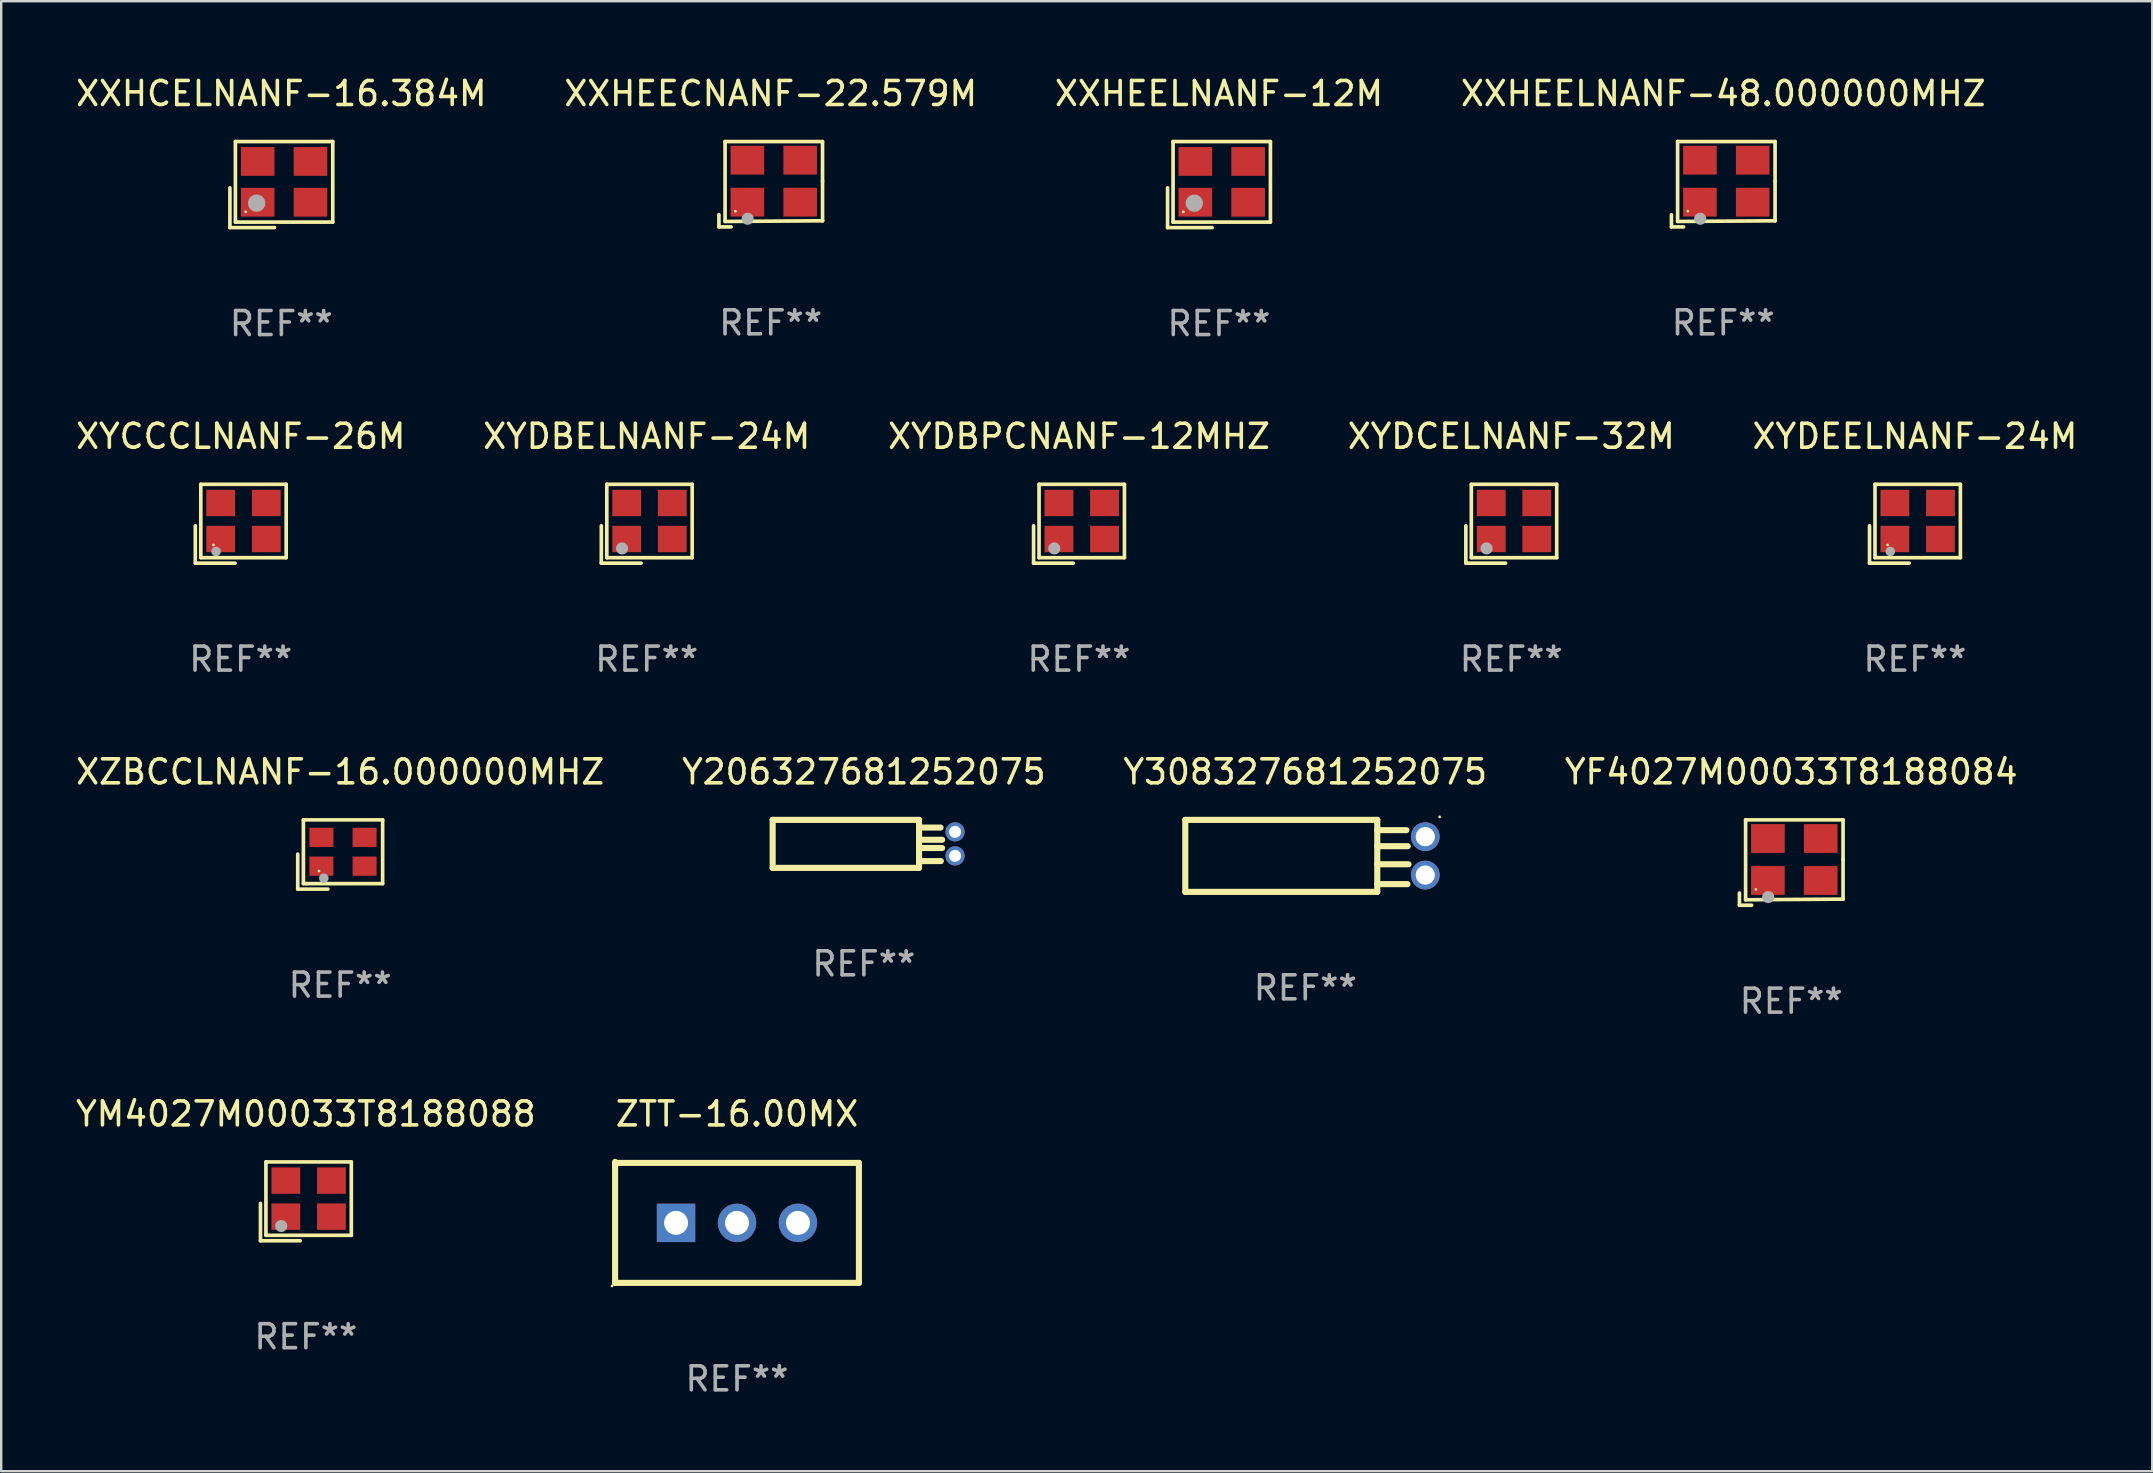
<source format=kicad_pcb>
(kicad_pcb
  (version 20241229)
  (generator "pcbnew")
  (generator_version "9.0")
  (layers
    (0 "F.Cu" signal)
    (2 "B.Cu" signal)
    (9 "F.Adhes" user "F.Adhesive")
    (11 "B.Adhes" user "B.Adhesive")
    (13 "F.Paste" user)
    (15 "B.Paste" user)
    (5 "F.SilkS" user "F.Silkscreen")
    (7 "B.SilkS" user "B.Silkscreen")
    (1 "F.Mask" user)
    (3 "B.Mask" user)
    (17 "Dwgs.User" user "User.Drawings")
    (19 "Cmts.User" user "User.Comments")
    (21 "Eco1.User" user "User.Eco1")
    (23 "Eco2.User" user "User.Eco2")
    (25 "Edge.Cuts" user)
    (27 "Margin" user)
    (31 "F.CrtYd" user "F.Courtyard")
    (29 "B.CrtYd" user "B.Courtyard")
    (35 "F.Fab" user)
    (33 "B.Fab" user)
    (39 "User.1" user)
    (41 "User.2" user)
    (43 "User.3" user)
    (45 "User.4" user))
  (footprint "YM4027M00033T8188088"
    (layer "F.Cu")
    (at 9.696 47.009)
    (property "Reference" "YM4027M00033T8188088" (at 0 -3.643 0) (layer "F.SilkS") (effects (font (size 1 1) (thickness 0.15))))
    (attr through_hole)
    (fp_line (start -1.893 0.086) (end -1.893 1.643) (stroke (width 0.152) (type solid)) (layer "F.SilkS"))
    (fp_line (start -1.893 1.643) (end -0.237 1.643) (stroke (width 0.152) (type solid)) (layer "F.SilkS"))
    (fp_line (start -1.665 -1.643) (end 1.893 -1.643) (stroke (width 0.152) (type solid)) (layer "F.SilkS"))
    (fp_line (start -1.665 1.414) (end -1.665 -1.643) (stroke (width 0.152) (type solid)) (layer "F.SilkS"))
    (fp_line (start 1.893 -1.643) (end 1.893 1.414) (stroke (width 0.152) (type solid)) (layer "F.SilkS"))
    (fp_line (start 1.893 1.414) (end -1.665 1.414) (stroke (width 0.152) (type solid)) (layer "F.SilkS"))
    (fp_circle (center -1.136 0.885) (end -1.106 0.885) (stroke (width 0.06) (type solid)) (fill no) (layer "F.SilkS"))
    (fp_circle (center -1.029 1.028) (end -0.902 1.028) (stroke (width 0.254) (type solid)) (fill no) (layer "F.Fab"))
    (fp_text user "REF**" (at 0 5.643 0) (layer "F.Fab") (effects (font (size 1 1) (thickness 0.15))))
    (pad "1" smd rect (at -0.836 0.636) (size 1.2 1.1) (layers "F.Cu" "F.Mask" "F.Paste"))
    (pad "2" smd rect (at 1.064 0.636) (size 1.2 1.1) (layers "F.Cu" "F.Mask" "F.Paste"))
    (pad "3" smd rect (at 1.064 -0.865) (size 1.2 1.1) (layers "F.Cu" "F.Mask" "F.Paste"))
    (pad "4" smd rect (at -0.836 -0.865) (size 1.2 1.1) (layers "F.Cu" "F.Mask" "F.Paste")))
  (footprint "XXHEECNANF-22.579M"
    (layer "F.Cu")
    (at 29.065 4.626)
    (property "Reference" "XXHEECNANF-22.579M" (at 0 -3.778 0) (layer "F.SilkS") (effects (font (size 1 1) (thickness 0.15))))
    (attr through_hole)
    (fp_line (start -2.159 1.27) (end -2.159 1.778) (stroke (width 0.152) (type solid)) (layer "F.SilkS"))
    (fp_line (start -2.159 1.778) (end -1.651 1.778) (stroke (width 0.152) (type solid)) (layer "F.SilkS"))
    (fp_line (start -1.902 -1.778) (end 2.159 -1.778) (stroke (width 0.152) (type solid)) (layer "F.SilkS"))
    (fp_line (start -1.902 1.552) (end -1.902 -1.778) (stroke (width 0.152) (type solid)) (layer "F.SilkS"))
    (fp_line (start 2.159 -1.778) (end 2.159 -0.127) (stroke (width 0.152) (type solid)) (layer "F.SilkS"))
    (fp_line (start 2.159 -0.127) (end 2.159 1.524) (stroke (width 0.152) (type solid)) (layer "F.SilkS"))
    (fp_line (start 2.159 1.524) (end -1.902 1.552) (stroke (width 0.152) (type solid)) (layer "F.SilkS"))
    (fp_line (start 2.159 1.524) (end 2.159 1.524) (stroke (width 0.152) (type solid)) (layer "F.SilkS"))
    (fp_circle (center -1.473 1.123) (end -1.443 1.123) (stroke (width 0.06) (type solid)) (fill no) (layer "F.SilkS"))
    (fp_circle (center -0.961 1.44) (end -0.834 1.44) (stroke (width 0.254) (type solid)) (fill no) (layer "F.Fab"))
    (fp_text user "REF**" (at 0 5.778 0) (layer "F.Fab") (effects (font (size 1 1) (thickness 0.15))))
    (pad "1" smd rect (at -0.973 0.748) (size 1.4 1.2) (layers "F.Cu" "F.Mask" "F.Paste"))
    (pad "2" smd rect (at 1.227 0.748) (size 1.4 1.2) (layers "F.Cu" "F.Mask" "F.Paste"))
    (pad "3" smd rect (at 1.227 -1.002) (size 1.4 1.2) (layers "F.Cu" "F.Mask" "F.Paste"))
    (pad "4" smd rect (at -0.973 -1.002) (size 1.4 1.2) (layers "F.Cu" "F.Mask" "F.Paste")))
  (footprint "XYCCCLNANF-26M"
    (layer "F.Cu")
    (at 6.982 18.774)
    (property "Reference" "XYCCCLNANF-26M" (at 0 -3.643 0) (layer "F.SilkS") (effects (font (size 1 1) (thickness 0.15))))
    (attr through_hole)
    (fp_line (start -1.893 0.086) (end -1.893 1.643) (stroke (width 0.152) (type solid)) (layer "F.SilkS"))
    (fp_line (start -1.893 1.643) (end -0.237 1.643) (stroke (width 0.152) (type solid)) (layer "F.SilkS"))
    (fp_line (start -1.665 -1.643) (end 1.893 -1.643) (stroke (width 0.152) (type solid)) (layer "F.SilkS"))
    (fp_line (start -1.665 1.414) (end -1.665 -1.643) (stroke (width 0.152) (type solid)) (layer "F.SilkS"))
    (fp_line (start 1.893 -1.643) (end 1.893 1.414) (stroke (width 0.152) (type solid)) (layer "F.SilkS"))
    (fp_line (start 1.893 1.414) (end -1.665 1.414) (stroke (width 0.152) (type solid)) (layer "F.SilkS"))
    (fp_circle (center -1.136 0.885) (end -1.106 0.885) (stroke (width 0.06) (type solid)) (fill no) (layer "F.SilkS"))
    (fp_circle (center -1.029 1.155) (end -0.929 1.155) (stroke (width 0.2) (type solid)) (fill no) (layer "F.Fab"))
    (fp_text user "REF**" (at 0 5.643 0) (layer "F.Fab") (effects (font (size 1 1) (thickness 0.15))))
    (pad "1" smd rect (at -0.836 0.636) (size 1.2 1.1) (layers "F.Cu" "F.Mask" "F.Paste"))
    (pad "2" smd rect (at 1.064 0.636) (size 1.2 1.1) (layers "F.Cu" "F.Mask" "F.Paste"))
    (pad "3" smd rect (at 1.064 -0.865) (size 1.2 1.1) (layers "F.Cu" "F.Mask" "F.Paste"))
    (pad "4" smd rect (at -0.836 -0.865) (size 1.2 1.1) (layers "F.Cu" "F.Mask" "F.Paste")))
  (footprint "Y308327681252075"
    (layer "F.Cu")
    (at 51.339 32.613)
    (property "Reference" "Y308327681252075" (at 0 -3.5 0) (layer "F.SilkS") (effects (font (size 1 1) (thickness 0.15))))
    (attr through_hole)
    (fp_line (start -5 -1.5) (end -5 1.5) (stroke (width 0.254) (type solid)) (layer "F.SilkS"))
    (fp_line (start 3 -1.5) (end -5 -1.5) (stroke (width 0.254) (type solid)) (layer "F.SilkS"))
    (fp_line (start 3 -1.5) (end 3 1.5) (stroke (width 0.254) (type solid)) (layer "F.SilkS"))
    (fp_line (start 3 -1.071) (end 4.214 -1.071) (stroke (width 0.254) (type solid)) (layer "F.SilkS"))
    (fp_line (start 3 -0.403) (end 4.27 -0.403) (stroke (width 0.254) (type solid)) (layer "F.SilkS"))
    (fp_line (start 3 0.35) (end 4.302 0.35) (stroke (width 0.254) (type solid)) (layer "F.SilkS"))
    (fp_line (start 3 1.178) (end 4.26 1.178) (stroke (width 0.254) (type solid)) (layer "F.SilkS"))
    (fp_line (start 3 1.5) (end -5 1.5) (stroke (width 0.254) (type solid)) (layer "F.SilkS"))
    (fp_circle (center 5.6 -1.627) (end 5.63 -1.627) (stroke (width 0.06) (type solid)) (fill no) (layer "F.SilkS"))
    (fp_text user "REF**" (at 0 5.5 0) (layer "F.Fab") (effects (font (size 1 1) (thickness 0.15))))
    (pad "1" thru_hole circle (at 5 -0.8) (size 1.2 1.2) (drill 0.8) (layers "*.Cu" "*.Mask"))
    (pad "2" thru_hole circle (at 5 0.8) (size 1.2 1.2) (drill 0.8) (layers "*.Cu" "*.Mask")))
  (footprint "XXHEELNANF-48.000000MHZ"
    (layer "F.Cu")
    (at 68.756 4.626)
    (property "Reference" "XXHEELNANF-48.000000MHZ" (at 0 -3.778 0) (layer "F.SilkS") (effects (font (size 1 1) (thickness 0.15))))
    (attr through_hole)
    (fp_line (start -2.159 1.27) (end -2.159 1.778) (stroke (width 0.152) (type solid)) (layer "F.SilkS"))
    (fp_line (start -2.159 1.778) (end -1.651 1.778) (stroke (width 0.152) (type solid)) (layer "F.SilkS"))
    (fp_line (start -1.902 -1.778) (end 2.159 -1.778) (stroke (width 0.152) (type solid)) (layer "F.SilkS"))
    (fp_line (start -1.902 1.552) (end -1.902 -1.778) (stroke (width 0.152) (type solid)) (layer "F.SilkS"))
    (fp_line (start 2.159 -1.778) (end 2.159 -0.127) (stroke (width 0.152) (type solid)) (layer "F.SilkS"))
    (fp_line (start 2.159 -0.127) (end 2.159 1.524) (stroke (width 0.152) (type solid)) (layer "F.SilkS"))
    (fp_line (start 2.159 1.524) (end -1.902 1.552) (stroke (width 0.152) (type solid)) (layer "F.SilkS"))
    (fp_line (start 2.159 1.524) (end 2.159 1.524) (stroke (width 0.152) (type solid)) (layer "F.SilkS"))
    (fp_circle (center -1.473 1.123) (end -1.443 1.123) (stroke (width 0.06) (type solid)) (fill no) (layer "F.SilkS"))
    (fp_circle (center -0.961 1.44) (end -0.834 1.44) (stroke (width 0.254) (type solid)) (fill no) (layer "F.Fab"))
    (fp_text user "REF**" (at 0 5.778 0) (layer "F.Fab") (effects (font (size 1 1) (thickness 0.15))))
    (pad "1" smd rect (at -0.973 0.748) (size 1.4 1.2) (layers "F.Cu" "F.Mask" "F.Paste"))
    (pad "2" smd rect (at 1.227 0.748) (size 1.4 1.2) (layers "F.Cu" "F.Mask" "F.Paste"))
    (pad "3" smd rect (at 1.227 -1.002) (size 1.4 1.2) (layers "F.Cu" "F.Mask" "F.Paste"))
    (pad "4" smd rect (at -0.973 -1.002) (size 1.4 1.2) (layers "F.Cu" "F.Mask" "F.Paste")))
  (footprint "XXHCELNANF-16.384M"
    (layer "F.Cu")
    (at 8.673 4.641)
    (property "Reference" "XXHCELNANF-16.384M" (at 0 -3.793 0) (layer "F.SilkS") (effects (font (size 1 1) (thickness 0.15))))
    (attr through_hole)
    (fp_line (start -2.143 0.136) (end -2.143 1.793) (stroke (width 0.152) (type solid)) (layer "F.SilkS"))
    (fp_line (start -2.143 1.793) (end -0.286 1.793) (stroke (width 0.152) (type solid)) (layer "F.SilkS"))
    (fp_line (start -1.914 -1.793) (end 2.143 -1.793) (stroke (width 0.152) (type solid)) (layer "F.SilkS"))
    (fp_line (start -1.914 1.564) (end -1.914 -1.793) (stroke (width 0.152) (type solid)) (layer "F.SilkS"))
    (fp_line (start 2.143 -1.793) (end 2.143 1.564) (stroke (width 0.152) (type solid)) (layer "F.SilkS"))
    (fp_line (start 2.143 1.564) (end -1.914 1.564) (stroke (width 0.152) (type solid)) (layer "F.SilkS"))
    (fp_circle (center -1.486 1.136) (end -1.456 1.136) (stroke (width 0.06) (type solid)) (fill no) (layer "F.SilkS"))
    (fp_circle (center -1.029 0.775) (end -0.849 0.775) (stroke (width 0.36) (type solid)) (fill no) (layer "F.Fab"))
    (fp_text user "REF**" (at 0 5.793 0) (layer "F.Fab") (effects (font (size 1 1) (thickness 0.15))))
    (pad "1" smd rect (at -0.986 0.736) (size 1.4 1.2) (layers "F.Cu" "F.Mask" "F.Paste"))
    (pad "2" smd rect (at 1.214 0.736) (size 1.4 1.2) (layers "F.Cu" "F.Mask" "F.Paste"))
    (pad "3" smd rect (at 1.214 -0.964) (size 1.4 1.2) (layers "F.Cu" "F.Mask" "F.Paste"))
    (pad "4" smd rect (at -0.986 -0.964) (size 1.4 1.2) (layers "F.Cu" "F.Mask" "F.Paste")))
  (footprint "XYDEELNANF-24M"
    (layer "F.Cu")
    (at 76.744 18.774)
    (property "Reference" "XYDEELNANF-24M" (at 0 -3.643 0) (layer "F.SilkS") (effects (font (size 1 1) (thickness 0.15))))
    (attr through_hole)
    (fp_line (start -1.893 0.086) (end -1.893 1.643) (stroke (width 0.152) (type solid)) (layer "F.SilkS"))
    (fp_line (start -1.893 1.643) (end -0.237 1.643) (stroke (width 0.152) (type solid)) (layer "F.SilkS"))
    (fp_line (start -1.665 -1.643) (end 1.893 -1.643) (stroke (width 0.152) (type solid)) (layer "F.SilkS"))
    (fp_line (start -1.665 1.414) (end -1.665 -1.643) (stroke (width 0.152) (type solid)) (layer "F.SilkS"))
    (fp_line (start 1.893 -1.643) (end 1.893 1.414) (stroke (width 0.152) (type solid)) (layer "F.SilkS"))
    (fp_line (start 1.893 1.414) (end -1.665 1.414) (stroke (width 0.152) (type solid)) (layer "F.SilkS"))
    (fp_circle (center -1.136 0.885) (end -1.106 0.885) (stroke (width 0.06) (type solid)) (fill no) (layer "F.SilkS"))
    (fp_circle (center -1.029 1.155) (end -0.929 1.155) (stroke (width 0.2) (type solid)) (fill no) (layer "F.Fab"))
    (fp_text user "REF**" (at 0 5.643 0) (layer "F.Fab") (effects (font (size 1 1) (thickness 0.15))))
    (pad "1" smd rect (at -0.836 0.636) (size 1.2 1.1) (layers "F.Cu" "F.Mask" "F.Paste"))
    (pad "2" smd rect (at 1.064 0.636) (size 1.2 1.1) (layers "F.Cu" "F.Mask" "F.Paste"))
    (pad "3" smd rect (at 1.064 -0.865) (size 1.2 1.1) (layers "F.Cu" "F.Mask" "F.Paste"))
    (pad "4" smd rect (at -0.836 -0.865) (size 1.2 1.1) (layers "F.Cu" "F.Mask" "F.Paste")))
  (footprint "ZTT-16.00MX"
    (layer "F.Cu")
    (at 27.66 47.886)
    (property "Reference" "ZTT-16.00MX" (at 0 -4.52 0) (layer "F.SilkS") (effects (font (size 1 1) (thickness 0.15))))
    (attr through_hole)
    (fp_line (start -5.08 -2.48) (end 5.08 -2.48) (stroke (width 0.254) (type solid)) (layer "F.SilkS"))
    (fp_line (start -5.08 2.52) (end -5.08 -2.52) (stroke (width 0.254) (type solid)) (layer "F.SilkS"))
    (fp_line (start 5.08 -2.48) (end 5.08 2.52) (stroke (width 0.254) (type solid)) (layer "F.SilkS"))
    (fp_line (start 5.08 2.52) (end -5.08 2.52) (stroke (width 0.254) (type solid)) (layer "F.SilkS"))
    (fp_circle (center -5.207 2.647) (end -5.177 2.647) (stroke (width 0.06) (type solid)) (fill no) (layer "F.SilkS"))
    (fp_text user "REF**" (at 0 6.52 0) (layer "F.Fab") (effects (font (size 1 1) (thickness 0.15))))
    (pad "1" thru_hole rect (at -2.54 0.02) (size 1.6 1.6) (drill 1) (layers "*.Cu" "*.Mask"))
    (pad "2" thru_hole circle (at 0 0.02) (size 1.6 1.6) (drill 1) (layers "*.Cu" "*.Mask"))
    (pad "3" thru_hole circle (at 2.54 0.02) (size 1.6 1.6) (drill 1) (layers "*.Cu" "*.Mask")))
  (footprint "XYDBPCNANF-12MHZ"
    (layer "F.Cu")
    (at 41.911 18.774)
    (property "Reference" "XYDBPCNANF-12MHZ" (at 0 -3.643 0) (layer "F.SilkS") (effects (font (size 1 1) (thickness 0.15))))
    (attr through_hole)
    (fp_line (start -1.893 0.086) (end -1.893 1.643) (stroke (width 0.152) (type solid)) (layer "F.SilkS"))
    (fp_line (start -1.893 1.643) (end -0.237 1.643) (stroke (width 0.152) (type solid)) (layer "F.SilkS"))
    (fp_line (start -1.665 -1.643) (end 1.893 -1.643) (stroke (width 0.152) (type solid)) (layer "F.SilkS"))
    (fp_line (start -1.665 1.414) (end -1.665 -1.643) (stroke (width 0.152) (type solid)) (layer "F.SilkS"))
    (fp_line (start 1.893 -1.643) (end 1.893 1.414) (stroke (width 0.152) (type solid)) (layer "F.SilkS"))
    (fp_line (start 1.893 1.414) (end -1.665 1.414) (stroke (width 0.152) (type solid)) (layer "F.SilkS"))
    (fp_circle (center -1.136 0.885) (end -1.106 0.885) (stroke (width 0.06) (type solid)) (fill no) (layer "F.SilkS"))
    (fp_circle (center -1.029 1.028) (end -0.902 1.028) (stroke (width 0.254) (type solid)) (fill no) (layer "F.Fab"))
    (fp_text user "REF**" (at 0 5.643 0) (layer "F.Fab") (effects (font (size 1 1) (thickness 0.15))))
    (pad "1" smd rect (at -0.836 0.636) (size 1.2 1.1) (layers "F.Cu" "F.Mask" "F.Paste"))
    (pad "2" smd rect (at 1.064 0.636) (size 1.2 1.1) (layers "F.Cu" "F.Mask" "F.Paste"))
    (pad "3" smd rect (at 1.064 -0.865) (size 1.2 1.1) (layers "F.Cu" "F.Mask" "F.Paste"))
    (pad "4" smd rect (at -0.836 -0.865) (size 1.2 1.1) (layers "F.Cu" "F.Mask" "F.Paste")))
  (footprint "Y206327681252075"
    (layer "F.Cu")
    (at 32.946 32.113)
    (property "Reference" "Y206327681252075" (at 0 -3 0) (layer "F.SilkS") (effects (font (size 1 1) (thickness 0.15))))
    (attr through_hole)
    (fp_line (start -3.8 1) (end -3.8 -1) (stroke (width 0.254) (type solid)) (layer "F.SilkS"))
    (fp_line (start 2.3 -1) (end -3.8 -1) (stroke (width 0.254) (type solid)) (layer "F.SilkS"))
    (fp_line (start 2.3 -1) (end 2.3 1) (stroke (width 0.254) (type solid)) (layer "F.SilkS"))
    (fp_line (start 2.3 -0.679) (end 3.195 -0.679) (stroke (width 0.254) (type solid)) (layer "F.SilkS"))
    (fp_line (start 2.3 -0.171) (end 3.262 -0.171) (stroke (width 0.254) (type solid)) (layer "F.SilkS"))
    (fp_line (start 2.3 0.172) (end 3.261 0.172) (stroke (width 0.254) (type solid)) (layer "F.SilkS"))
    (fp_line (start 2.3 0.718) (end 3.208 0.718) (stroke (width 0.254) (type solid)) (layer "F.SilkS"))
    (fp_line (start 2.3 1) (end -3.8 1) (stroke (width 0.254) (type solid)) (layer "F.SilkS"))
    (fp_circle (center -3.8 -1) (end -3.77 -1) (stroke (width 0.06) (type solid)) (fill no) (layer "F.SilkS"))
    (fp_text user "REF**" (at 0 5 0) (layer "F.Fab") (effects (font (size 1 1) (thickness 0.15))))
    (pad "1" thru_hole circle (at 3.8 -0.5) (size 0.8 0.8) (drill 0.5) (layers "*.Cu" "*.Mask"))
    (pad "2" thru_hole circle (at 3.8 0.5) (size 0.8 0.8) (drill 0.5) (layers "*.Cu" "*.Mask")))
  (footprint "XYDBELNANF-24M"
    (layer "F.Cu")
    (at 23.899 18.774)
    (property "Reference" "XYDBELNANF-24M" (at 0 -3.643 0) (layer "F.SilkS") (effects (font (size 1 1) (thickness 0.15))))
    (attr through_hole)
    (fp_line (start -1.893 0.086) (end -1.893 1.643) (stroke (width 0.152) (type solid)) (layer "F.SilkS"))
    (fp_line (start -1.893 1.643) (end -0.237 1.643) (stroke (width 0.152) (type solid)) (layer "F.SilkS"))
    (fp_line (start -1.665 -1.643) (end 1.893 -1.643) (stroke (width 0.152) (type solid)) (layer "F.SilkS"))
    (fp_line (start -1.665 1.414) (end -1.665 -1.643) (stroke (width 0.152) (type solid)) (layer "F.SilkS"))
    (fp_line (start 1.893 -1.643) (end 1.893 1.414) (stroke (width 0.152) (type solid)) (layer "F.SilkS"))
    (fp_line (start 1.893 1.414) (end -1.665 1.414) (stroke (width 0.152) (type solid)) (layer "F.SilkS"))
    (fp_circle (center -1.136 0.885) (end -1.106 0.885) (stroke (width 0.06) (type solid)) (fill no) (layer "F.SilkS"))
    (fp_circle (center -1.029 1.028) (end -0.902 1.028) (stroke (width 0.254) (type solid)) (fill no) (layer "F.Fab"))
    (fp_text user "REF**" (at 0 5.643 0) (layer "F.Fab") (effects (font (size 1 1) (thickness 0.15))))
    (pad "1" smd rect (at -0.836 0.636) (size 1.2 1.1) (layers "F.Cu" "F.Mask" "F.Paste"))
    (pad "2" smd rect (at 1.064 0.636) (size 1.2 1.1) (layers "F.Cu" "F.Mask" "F.Paste"))
    (pad "3" smd rect (at 1.064 -0.865) (size 1.2 1.1) (layers "F.Cu" "F.Mask" "F.Paste"))
    (pad "4" smd rect (at -0.836 -0.865) (size 1.2 1.1) (layers "F.Cu" "F.Mask" "F.Paste")))
  (footprint "XYDCELNANF-32M"
    (layer "F.Cu")
    (at 59.923 18.774)
    (property "Reference" "XYDCELNANF-32M" (at 0 -3.643 0) (layer "F.SilkS") (effects (font (size 1 1) (thickness 0.15))))
    (attr through_hole)
    (fp_line (start -1.893 0.086) (end -1.893 1.643) (stroke (width 0.152) (type solid)) (layer "F.SilkS"))
    (fp_line (start -1.893 1.643) (end -0.237 1.643) (stroke (width 0.152) (type solid)) (layer "F.SilkS"))
    (fp_line (start -1.665 -1.643) (end 1.893 -1.643) (stroke (width 0.152) (type solid)) (layer "F.SilkS"))
    (fp_line (start -1.665 1.414) (end -1.665 -1.643) (stroke (width 0.152) (type solid)) (layer "F.SilkS"))
    (fp_line (start 1.893 -1.643) (end 1.893 1.414) (stroke (width 0.152) (type solid)) (layer "F.SilkS"))
    (fp_line (start 1.893 1.414) (end -1.665 1.414) (stroke (width 0.152) (type solid)) (layer "F.SilkS"))
    (fp_circle (center -1.136 0.885) (end -1.106 0.885) (stroke (width 0.06) (type solid)) (fill no) (layer "F.SilkS"))
    (fp_circle (center -1.029 1.028) (end -0.902 1.028) (stroke (width 0.254) (type solid)) (fill no) (layer "F.Fab"))
    (fp_text user "REF**" (at 0 5.643 0) (layer "F.Fab") (effects (font (size 1 1) (thickness 0.15))))
    (pad "1" smd rect (at -0.836 0.636) (size 1.2 1.1) (layers "F.Cu" "F.Mask" "F.Paste"))
    (pad "2" smd rect (at 1.064 0.636) (size 1.2 1.1) (layers "F.Cu" "F.Mask" "F.Paste"))
    (pad "3" smd rect (at 1.064 -0.865) (size 1.2 1.1) (layers "F.Cu" "F.Mask" "F.Paste"))
    (pad "4" smd rect (at -0.836 -0.865) (size 1.2 1.1) (layers "F.Cu" "F.Mask" "F.Paste")))
  (footprint "XXHEELNANF-12M"
    (layer "F.Cu")
    (at 47.744 4.641)
    (property "Reference" "XXHEELNANF-12M" (at 0 -3.793 0) (layer "F.SilkS") (effects (font (size 1 1) (thickness 0.15))))
    (attr through_hole)
    (fp_line (start -2.143 0.136) (end -2.143 1.793) (stroke (width 0.152) (type solid)) (layer "F.SilkS"))
    (fp_line (start -2.143 1.793) (end -0.286 1.793) (stroke (width 0.152) (type solid)) (layer "F.SilkS"))
    (fp_line (start -1.914 -1.793) (end 2.143 -1.793) (stroke (width 0.152) (type solid)) (layer "F.SilkS"))
    (fp_line (start -1.914 1.564) (end -1.914 -1.793) (stroke (width 0.152) (type solid)) (layer "F.SilkS"))
    (fp_line (start 2.143 -1.793) (end 2.143 1.564) (stroke (width 0.152) (type solid)) (layer "F.SilkS"))
    (fp_line (start 2.143 1.564) (end -1.914 1.564) (stroke (width 0.152) (type solid)) (layer "F.SilkS"))
    (fp_circle (center -1.486 1.136) (end -1.456 1.136) (stroke (width 0.06) (type solid)) (fill no) (layer "F.SilkS"))
    (fp_circle (center -1.029 0.775) (end -0.849 0.775) (stroke (width 0.36) (type solid)) (fill no) (layer "F.Fab"))
    (fp_text user "REF**" (at 0 5.793 0) (layer "F.Fab") (effects (font (size 1 1) (thickness 0.15))))
    (pad "1" smd rect (at -0.986 0.736) (size 1.4 1.2) (layers "F.Cu" "F.Mask" "F.Paste"))
    (pad "2" smd rect (at 1.214 0.736) (size 1.4 1.2) (layers "F.Cu" "F.Mask" "F.Paste"))
    (pad "3" smd rect (at 1.214 -0.964) (size 1.4 1.2) (layers "F.Cu" "F.Mask" "F.Paste"))
    (pad "4" smd rect (at -0.986 -0.964) (size 1.4 1.2) (layers "F.Cu" "F.Mask" "F.Paste")))
  (footprint "YF4027M00033T8188084"
    (layer "F.Cu")
    (at 71.589 32.891)
    (property "Reference" "YF4027M00033T8188084" (at 0 -3.778 0) (layer "F.SilkS") (effects (font (size 1 1) (thickness 0.15))))
    (attr through_hole)
    (fp_line (start -2.159 1.27) (end -2.159 1.778) (stroke (width 0.152) (type solid)) (layer "F.SilkS"))
    (fp_line (start -2.159 1.778) (end -1.651 1.778) (stroke (width 0.152) (type solid)) (layer "F.SilkS"))
    (fp_line (start -1.902 -1.778) (end 2.159 -1.778) (stroke (width 0.152) (type solid)) (layer "F.SilkS"))
    (fp_line (start -1.902 1.552) (end -1.902 -1.778) (stroke (width 0.152) (type solid)) (layer "F.SilkS"))
    (fp_line (start 2.159 -1.778) (end 2.159 -0.127) (stroke (width 0.152) (type solid)) (layer "F.SilkS"))
    (fp_line (start 2.159 -0.127) (end 2.159 1.524) (stroke (width 0.152) (type solid)) (layer "F.SilkS"))
    (fp_line (start 2.159 1.524) (end -1.902 1.552) (stroke (width 0.152) (type solid)) (layer "F.SilkS"))
    (fp_line (start 2.159 1.524) (end 2.159 1.524) (stroke (width 0.152) (type solid)) (layer "F.SilkS"))
    (fp_circle (center -1.473 1.123) (end -1.443 1.123) (stroke (width 0.06) (type solid)) (fill no) (layer "F.SilkS"))
    (fp_circle (center -0.961 1.44) (end -0.834 1.44) (stroke (width 0.254) (type solid)) (fill no) (layer "F.Fab"))
    (fp_text user "REF**" (at 0 5.778 0) (layer "F.Fab") (effects (font (size 1 1) (thickness 0.15))))
    (pad "1" smd rect (at -0.973 0.748) (size 1.4 1.2) (layers "F.Cu" "F.Mask" "F.Paste"))
    (pad "2" smd rect (at 1.227 0.748) (size 1.4 1.2) (layers "F.Cu" "F.Mask" "F.Paste"))
    (pad "3" smd rect (at 1.227 -1.002) (size 1.4 1.2) (layers "F.Cu" "F.Mask" "F.Paste"))
    (pad "4" smd rect (at -0.973 -1.002) (size 1.4 1.2) (layers "F.Cu" "F.Mask" "F.Paste")))
  (footprint "XZBCCLNANF-16.000000MHZ"
    (layer "F.Cu")
    (at 11.125 32.556)
    (property "Reference" "XZBCCLNANF-16.000000MHZ" (at 0 -3.443 0) (layer "F.SilkS") (effects (font (size 1 1) (thickness 0.15))))
    (attr through_hole)
    (fp_line (start -1.769 -0.014) (end -1.769 1.443) (stroke (width 0.152) (type solid)) (layer "F.SilkS"))
    (fp_line (start -1.769 1.443) (end -0.512 1.443) (stroke (width 0.152) (type solid)) (layer "F.SilkS"))
    (fp_line (start -1.533 -1.443) (end 1.769 -1.443) (stroke (width 0.152) (type solid)) (layer "F.SilkS"))
    (fp_line (start -1.533 1.214) (end -1.533 -1.443) (stroke (width 0.152) (type solid)) (layer "F.SilkS"))
    (fp_line (start -1.411 1.214) (end -1.533 1.214) (stroke (width 0.152) (type solid)) (layer "F.SilkS"))
    (fp_line (start 1.769 -1.443) (end 1.769 1.214) (stroke (width 0.152) (type solid)) (layer "F.SilkS"))
    (fp_line (start 1.769 1.214) (end -1.411 1.214) (stroke (width 0.152) (type solid)) (layer "F.SilkS"))
    (fp_circle (center -0.882 0.686) (end -0.852 0.686) (stroke (width 0.06) (type solid)) (fill no) (layer "F.SilkS"))
    (fp_circle (center -0.682 0.986) (end -0.582 0.986) (stroke (width 0.2) (type solid)) (fill no) (layer "F.Fab"))
    (fp_text user "REF**" (at 0 5.443 0) (layer "F.Fab") (effects (font (size 1 1) (thickness 0.15))))
    (pad "1" smd rect (at -0.782 0.486 90) (size 0.8 1) (layers "F.Cu" "F.Mask" "F.Paste"))
    (pad "2" smd rect (at 1.018 0.486 90) (size 0.8 1) (layers "F.Cu" "F.Mask" "F.Paste"))
    (pad "3" smd rect (at 1.018 -0.714 90) (size 0.8 1) (layers "F.Cu" "F.Mask" "F.Paste"))
    (pad "4" smd rect (at -0.782 -0.714 90) (size 0.8 1) (layers "F.Cu" "F.Mask" "F.Paste")))
  (gr_rect
    (start -3 -3)
    (end 86.631 58.254)
    (stroke (width 0.1) (type default))
    (fill no)
    (layer "Edge.Cuts")))
</source>
